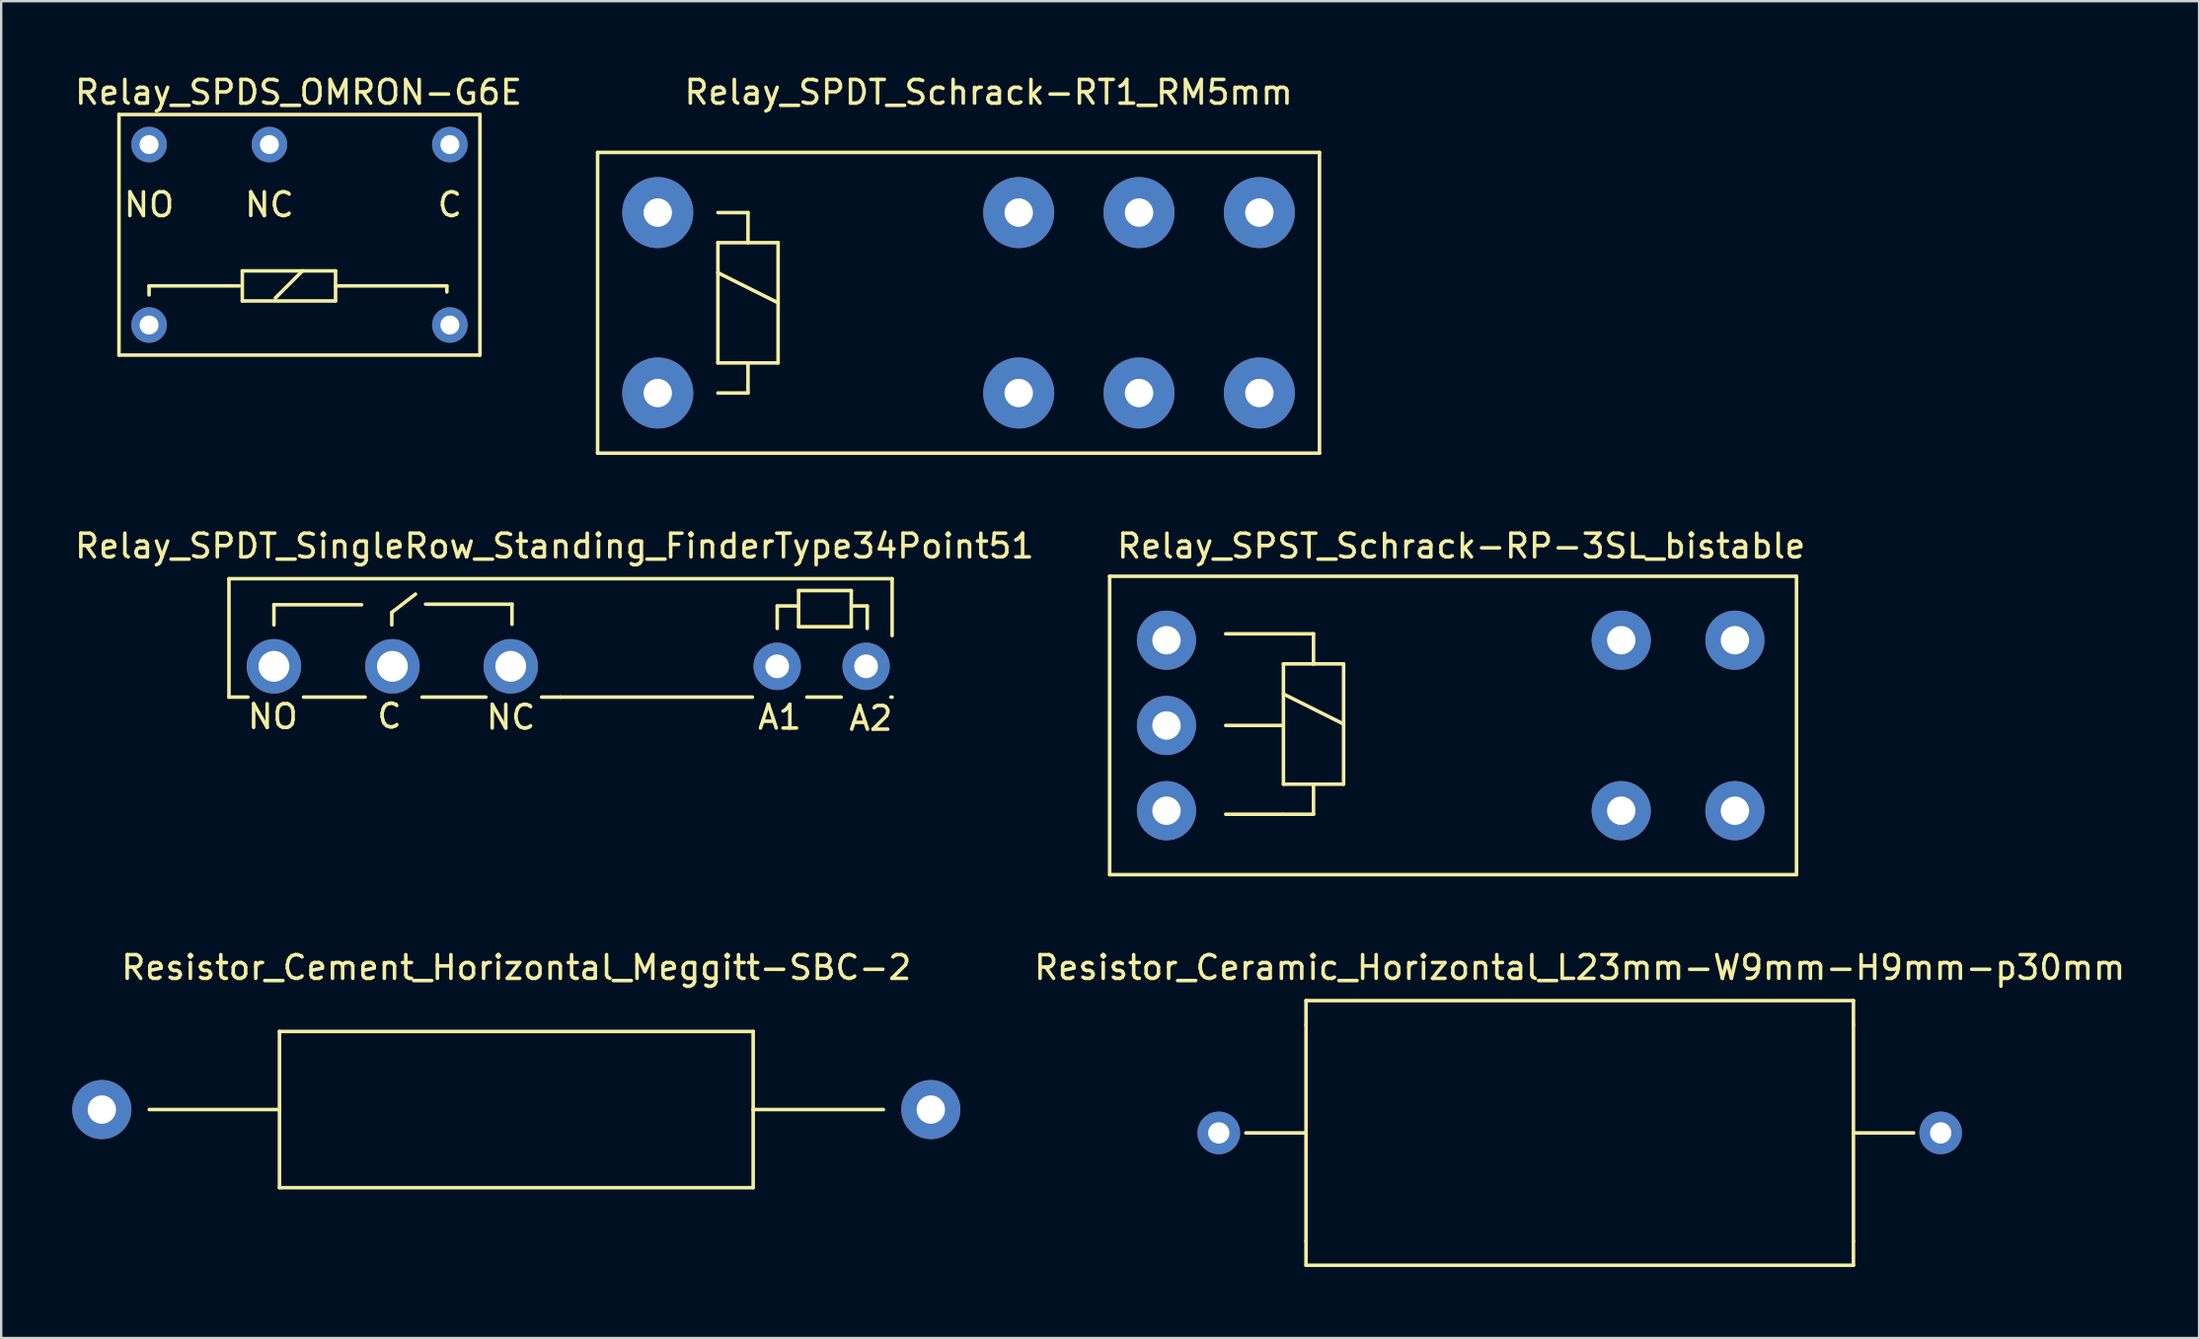
<source format=kicad_pcb>
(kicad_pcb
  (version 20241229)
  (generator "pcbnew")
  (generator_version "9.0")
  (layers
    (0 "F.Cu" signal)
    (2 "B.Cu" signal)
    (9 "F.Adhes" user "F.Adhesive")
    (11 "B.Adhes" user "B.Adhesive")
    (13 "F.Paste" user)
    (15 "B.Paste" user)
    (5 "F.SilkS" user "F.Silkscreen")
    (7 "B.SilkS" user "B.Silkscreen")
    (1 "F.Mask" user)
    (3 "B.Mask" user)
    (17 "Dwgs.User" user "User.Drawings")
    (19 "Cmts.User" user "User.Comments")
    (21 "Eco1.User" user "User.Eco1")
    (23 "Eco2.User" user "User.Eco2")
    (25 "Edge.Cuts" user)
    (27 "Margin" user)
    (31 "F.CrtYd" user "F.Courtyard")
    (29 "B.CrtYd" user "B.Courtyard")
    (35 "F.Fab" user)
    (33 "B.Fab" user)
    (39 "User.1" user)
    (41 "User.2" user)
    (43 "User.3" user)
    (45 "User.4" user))
  (footprint "Relay_SPDT_SingleRow_Standing_FinderType34Point51"
    (layer "F.Cu")
    (at 20.363 25.091)
    (property "Reference" "Relay_SPDT_SingleRow_Standing_FinderType34Point51" (at 0 -5.08 0) (layer "F.SilkS") (effects (font (size 1 1) (thickness 0.15))))
    (attr through_hole)
    (fp_line (start -13.746 -3.701) (end 14.254 -3.701) (stroke (width 0.15) (type solid)) (layer "F.SilkS"))
    (fp_line (start -13.746 1.3) (end -13.746 -3.701) (stroke (width 0.15) (type solid)) (layer "F.SilkS"))
    (fp_line (start -12.946 1.3) (end -13.746 1.3) (stroke (width 0.15) (type solid)) (layer "F.SilkS"))
    (fp_line (start -11.847 -2.601) (end -11.847 -1.75) (stroke (width 0.15) (type solid)) (layer "F.SilkS"))
    (fp_line (start -8.146 -2.601) (end -11.847 -2.601) (stroke (width 0.15) (type solid)) (layer "F.SilkS"))
    (fp_line (start -7.996 1.3) (end -10.597 1.3) (stroke (width 0.15) (type solid)) (layer "F.SilkS"))
    (fp_line (start -6.871 -2.276) (end -5.87 -3.051) (stroke (width 0.15) (type solid)) (layer "F.SilkS"))
    (fp_line (start -6.871 -1.75) (end -6.871 -2.276) (stroke (width 0.15) (type solid)) (layer "F.SilkS"))
    (fp_line (start -5.446 -2.624) (end -1.796 -2.624) (stroke (width 0.15) (type solid)) (layer "F.SilkS"))
    (fp_line (start -2.896 1.3) (end -5.596 1.3) (stroke (width 0.15) (type solid)) (layer "F.SilkS"))
    (fp_line (start -1.796 -2.624) (end -1.796 -1.775) (stroke (width 0.15) (type solid)) (layer "F.SilkS"))
    (fp_line (start 0.254 1.3) (end -0.546 1.3) (stroke (width 0.15) (type solid)) (layer "F.SilkS"))
    (fp_line (start 8.354 1.3) (end 0.254 1.3) (stroke (width 0.15) (type solid)) (layer "F.SilkS"))
    (fp_line (start 9.403 -2.55) (end 10.305 -2.55) (stroke (width 0.15) (type solid)) (layer "F.SilkS"))
    (fp_line (start 9.403 -1.6) (end 9.403 -2.55) (stroke (width 0.15) (type solid)) (layer "F.SilkS"))
    (fp_line (start 10.305 -3.2) (end 12.53 -3.2) (stroke (width 0.15) (type solid)) (layer "F.SilkS"))
    (fp_line (start 10.305 -2.55) (end 10.305 -3.2) (stroke (width 0.15) (type solid)) (layer "F.SilkS"))
    (fp_line (start 10.305 -1.674) (end 10.305 -2.601) (stroke (width 0.15) (type solid)) (layer "F.SilkS"))
    (fp_line (start 12.103 1.3) (end 10.653 1.3) (stroke (width 0.15) (type solid)) (layer "F.SilkS"))
    (fp_line (start 12.53 -3.2) (end 12.53 -1.674) (stroke (width 0.15) (type solid)) (layer "F.SilkS"))
    (fp_line (start 12.53 -1.674) (end 10.305 -1.674) (stroke (width 0.15) (type solid)) (layer "F.SilkS"))
    (fp_line (start 12.555 -2.55) (end 13.203 -2.55) (stroke (width 0.15) (type solid)) (layer "F.SilkS"))
    (fp_line (start 13.203 -2.55) (end 13.203 -1.6) (stroke (width 0.15) (type solid)) (layer "F.SilkS"))
    (fp_line (start 14.254 -3.701) (end 14.254 -1.3) (stroke (width 0.15) (type solid)) (layer "F.SilkS"))
    (fp_line (start 14.254 1.3) (end 14.204 1.3) (stroke (width 0.15) (type solid)) (layer "F.SilkS"))
    (fp_text user "NO" (at -11.895 2.123 0) (layer "F.SilkS") (effects (font (size 1 1) (thickness 0.15))))
    (fp_text user "NC" (at -1.844 2.149 0) (layer "F.SilkS") (effects (font (size 1 1) (thickness 0.15))))
    (fp_text user "C" (at -6.97 2.101 0) (layer "F.SilkS") (effects (font (size 1 1) (thickness 0.15))))
    (fp_text user "A2" (at 13.355 2.197 0) (layer "F.SilkS") (effects (font (size 1 1) (thickness 0.15))))
    (fp_text user "A1" (at 9.505 2.149 0) (layer "F.SilkS") (effects (font (size 1 1) (thickness 0.15))))
    (pad "11" thru_hole circle (at -6.845 0 180) (size 2.301 2.301) (drill 1.3) (layers "*.Cu" "*.Mask"))
    (pad "12" thru_hole circle (at -1.847 0 180) (size 2.301 2.301) (drill 1.3) (layers "*.Cu" "*.Mask"))
    (pad "14" thru_hole circle (at -11.847 0 180) (size 2.301 2.301) (drill 1.3) (layers "*.Cu" "*.Mask"))
    (pad "A1" thru_hole circle (at 9.403 0 180) (size 1.999 1.999) (drill 1.001) (layers "*.Cu" "*.Mask"))
    (pad "A2" thru_hole circle (at 13.155 0 180) (size 1.999 1.999) (drill 1.001) (layers "*.Cu" "*.Mask")))
  (footprint "Relay_SPST_Schrack-RP-3SL_bistable"
    (layer "F.Cu")
    (at 46.201 31.188)
    (property "Reference" "Relay_SPST_Schrack-RP-3SL_bistable" (at 12.446 -11.176 0) (layer "F.SilkS") (effects (font (size 1 1) (thickness 0.15))))
    (attr through_hole)
    (fp_line (start -2.4 -9.9) (end -2.4 2.7) (stroke (width 0.15) (type solid)) (layer "F.SilkS"))
    (fp_line (start -2.4 2.7) (end 26.6 2.7) (stroke (width 0.15) (type solid)) (layer "F.SilkS"))
    (fp_line (start 2.5 -7.47) (end 6.208 -7.47) (stroke (width 0.15) (type solid)) (layer "F.SilkS"))
    (fp_line (start 4.9 -3.6) (end 2.5 -3.6) (stroke (width 0.15) (type solid)) (layer "F.SilkS"))
    (fp_line (start 4.9 0.15) (end 2.5 0.15) (stroke (width 0.15) (type solid)) (layer "F.SilkS"))
    (fp_line (start 4.938 -6.2) (end 6.208 -6.2) (stroke (width 0.15) (type solid)) (layer "F.SilkS"))
    (fp_line (start 4.938 -4.93) (end 7.478 -3.66) (stroke (width 0.15) (type solid)) (layer "F.SilkS"))
    (fp_line (start 4.938 -1.12) (end 4.938 -6.2) (stroke (width 0.15) (type solid)) (layer "F.SilkS"))
    (fp_line (start 6.208 -7.47) (end 6.208 -6.2) (stroke (width 0.15) (type solid)) (layer "F.SilkS"))
    (fp_line (start 6.208 -6.2) (end 7.478 -6.2) (stroke (width 0.15) (type solid)) (layer "F.SilkS"))
    (fp_line (start 6.208 -1.12) (end 6.208 0.15) (stroke (width 0.15) (type solid)) (layer "F.SilkS"))
    (fp_line (start 6.208 0.15) (end 4.938 0.15) (stroke (width 0.15) (type solid)) (layer "F.SilkS"))
    (fp_line (start 7.478 -6.2) (end 7.478 -1.12) (stroke (width 0.15) (type solid)) (layer "F.SilkS"))
    (fp_line (start 7.478 -1.12) (end 4.938 -1.12) (stroke (width 0.15) (type solid)) (layer "F.SilkS"))
    (fp_line (start 26.6 -9.9) (end -2.4 -9.9) (stroke (width 0.15) (type solid)) (layer "F.SilkS"))
    (fp_line (start 26.6 2.7) (end 26.6 -9.9) (stroke (width 0.15) (type solid)) (layer "F.SilkS"))
    (pad "11" thru_hole circle (at 19.2 -7.2) (size 2.5 2.5) (drill 1.199) (layers "*.Cu" "*.Mask"))
    (pad "11" thru_hole circle (at 19.2 0) (size 2.5 2.5) (drill 1.199) (layers "*.Cu" "*.Mask"))
    (pad "14" thru_hole circle (at 24 -7.2) (size 2.5 2.5) (drill 1.199) (layers "*.Cu" "*.Mask"))
    (pad "14" thru_hole circle (at 24 0) (size 2.5 2.5) (drill 1.199) (layers "*.Cu" "*.Mask"))
    (pad "A1" thru_hole circle (at 0 0) (size 2.5 2.5) (drill 1.199) (layers "*.Cu" "*.Mask"))
    (pad "A2" thru_hole circle (at 0 -7.2) (size 2.5 2.5) (drill 1.199) (layers "*.Cu" "*.Mask"))
    (pad "A3" thru_hole circle (at 0 -3.6) (size 2.5 2.5) (drill 1.199) (layers "*.Cu" "*.Mask")))
  (footprint "Resistor_Ceramic_Horizontal_L23mm-W9mm-H9mm-p30mm"
    (layer "F.Cu")
    (at 63.649 44.796)
    (property "Reference" "Resistor_Ceramic_Horizontal_L23mm-W9mm-H9mm-p30mm" (at 0 -6.985 0) (layer "F.SilkS") (effects (font (size 1 1) (thickness 0.15))))
    (attr through_hole)
    (fp_line (start -11.557 -5.588) (end 11.557 -5.588) (stroke (width 0.15) (type solid)) (layer "F.SilkS"))
    (fp_line (start -11.557 -4.572) (end -11.557 -5.588) (stroke (width 0.15) (type solid)) (layer "F.SilkS"))
    (fp_line (start -11.557 -4.572) (end -11.557 4.572) (stroke (width 0.15) (type solid)) (layer "F.SilkS"))
    (fp_line (start -11.557 0) (end -14.097 0) (stroke (width 0.15) (type solid)) (layer "F.SilkS"))
    (fp_line (start -11.557 4.572) (end -11.557 5.588) (stroke (width 0.15) (type solid)) (layer "F.SilkS"))
    (fp_line (start -11.557 5.588) (end 11.557 5.588) (stroke (width 0.15) (type solid)) (layer "F.SilkS"))
    (fp_line (start 11.557 -5.588) (end 11.557 -4.572) (stroke (width 0.15) (type solid)) (layer "F.SilkS"))
    (fp_line (start 11.557 0) (end 14.097 0) (stroke (width 0.15) (type solid)) (layer "F.SilkS"))
    (fp_line (start 11.557 4.572) (end 11.557 -4.572) (stroke (width 0.15) (type solid)) (layer "F.SilkS"))
    (fp_line (start 11.557 5.588) (end 11.557 4.572) (stroke (width 0.15) (type solid)) (layer "F.SilkS"))
    (pad "1" thru_hole circle (at -15.24 0 180) (size 1.8 1.8) (drill 0.9) (layers "*.Cu" "*.Mask"))
    (pad "2" thru_hole circle (at 15.24 0 180) (size 1.8 1.8) (drill 0.9) (layers "*.Cu" "*.Mask")))
  (footprint "Relay_SPDS_OMRON-G6E"
    (layer "F.Cu")
    (at 3.244 10.676)
    (property "Reference" "Relay_SPDS_OMRON-G6E" (at 6.309 -9.827 0) (layer "F.SilkS") (effects (font (size 1 1) (thickness 0.15))))
    (attr through_hole)
    (fp_line (start -1.27 -8.89) (end -1.27 1.27) (stroke (width 0.15) (type solid)) (layer "F.SilkS"))
    (fp_line (start -1.27 1.27) (end 13.97 1.27) (stroke (width 0.15) (type solid)) (layer "F.SilkS"))
    (fp_line (start 0 -1.651) (end 0 -1.27) (stroke (width 0.15) (type solid)) (layer "F.SilkS"))
    (fp_line (start 3.81 -1.651) (end 0 -1.651) (stroke (width 0.15) (type solid)) (layer "F.SilkS"))
    (fp_line (start 3.937 -2.286) (end 7.874 -2.286) (stroke (width 0.15) (type solid)) (layer "F.SilkS"))
    (fp_line (start 3.937 -1.016) (end 3.937 -2.286) (stroke (width 0.15) (type solid)) (layer "F.SilkS"))
    (fp_line (start 5.334 -1.143) (end 6.477 -2.286) (stroke (width 0.15) (type solid)) (layer "F.SilkS"))
    (fp_line (start 7.874 -2.286) (end 7.874 -1.016) (stroke (width 0.15) (type solid)) (layer "F.SilkS"))
    (fp_line (start 7.874 -1.651) (end 12.573 -1.651) (stroke (width 0.15) (type solid)) (layer "F.SilkS"))
    (fp_line (start 7.874 -1.016) (end 3.937 -1.016) (stroke (width 0.15) (type solid)) (layer "F.SilkS"))
    (fp_line (start 12.573 -1.651) (end 12.573 -1.397) (stroke (width 0.15) (type solid)) (layer "F.SilkS"))
    (fp_line (start 13.97 -8.89) (end -1.27 -8.89) (stroke (width 0.15) (type solid)) (layer "F.SilkS"))
    (fp_line (start 13.97 1.27) (end 13.97 -8.89) (stroke (width 0.15) (type solid)) (layer "F.SilkS"))
    (fp_text user "NO" (at 0 -5.08 0) (layer "F.SilkS") (effects (font (size 1 1) (thickness 0.15))))
    (fp_text user "C" (at 12.7 -5.08 0) (layer "F.SilkS") (effects (font (size 1 1) (thickness 0.15))))
    (fp_text user "NC" (at 5.08 -5.08 0) (layer "F.SilkS") (effects (font (size 1 1) (thickness 0.15))))
    (pad "1" thru_hole circle (at 0 0) (size 1.501 1.501) (drill 0.8) (layers "*.Cu" "*.Mask"))
    (pad "6" thru_hole circle (at 12.7 0) (size 1.501 1.501) (drill 0.8) (layers "*.Cu" "*.Mask"))
    (pad "7" thru_hole circle (at 12.7 -7.62) (size 1.501 1.501) (drill 0.8) (layers "*.Cu" "*.Mask"))
    (pad "10" thru_hole circle (at 5.08 -7.62) (size 1.501 1.501) (drill 0.8) (layers "*.Cu" "*.Mask"))
    (pad "12" thru_hole circle (at 0 -7.62) (size 1.501 1.501) (drill 0.8) (layers "*.Cu" "*.Mask")))
  (footprint "Resistor_Cement_Horizontal_Meggitt-SBC-2"
    (layer "F.Cu")
    (at 18.75 43.81)
    (property "Reference" "Resistor_Cement_Horizontal_Meggitt-SBC-2" (at 0 -5.999 0) (layer "F.SilkS") (effects (font (size 1 1) (thickness 0.15))))
    (attr through_hole)
    (fp_line (start -10 -3.299) (end -10 3.299) (stroke (width 0.15) (type solid)) (layer "F.SilkS"))
    (fp_line (start -10 0) (end -15.499 0) (stroke (width 0.15) (type solid)) (layer "F.SilkS"))
    (fp_line (start -10 3.299) (end 10 3.299) (stroke (width 0.15) (type solid)) (layer "F.SilkS"))
    (fp_line (start 10 -3.299) (end -10 -3.299) (stroke (width 0.15) (type solid)) (layer "F.SilkS"))
    (fp_line (start 10 0) (end 10 -3.299) (stroke (width 0.15) (type solid)) (layer "F.SilkS"))
    (fp_line (start 10 0) (end 15.499 0) (stroke (width 0.15) (type solid)) (layer "F.SilkS"))
    (fp_line (start 10 3.299) (end 10 0) (stroke (width 0.15) (type solid)) (layer "F.SilkS"))
    (pad "1" thru_hole circle (at -17.501 0 180) (size 2.499 2.499) (drill 1.199) (layers "*.Cu" "*.Mask"))
    (pad "2" thru_hole circle (at 17.501 0 180) (size 2.499 2.499) (drill 1.199) (layers "*.Cu" "*.Mask")))
  (footprint "Relay_SPDT_Schrack-RT1_RM5mm"
    (layer "F.Cu")
    (at 24.722 13.548)
    (property "Reference" "Relay_SPDT_Schrack-RT1_RM5mm" (at 13.97 -12.7 0) (layer "F.SilkS") (effects (font (size 1 1) (thickness 0.15))))
    (attr through_hole)
    (fp_line (start -2.54 -10.16) (end 27.94 -10.16) (stroke (width 0.15) (type solid)) (layer "F.SilkS"))
    (fp_line (start -2.54 2.54) (end -2.54 -10.16) (stroke (width 0.15) (type solid)) (layer "F.SilkS"))
    (fp_line (start 2.54 -7.62) (end 3.81 -7.62) (stroke (width 0.15) (type solid)) (layer "F.SilkS"))
    (fp_line (start 2.54 -6.35) (end 3.81 -6.35) (stroke (width 0.15) (type solid)) (layer "F.SilkS"))
    (fp_line (start 2.54 -5.08) (end 5.08 -3.81) (stroke (width 0.15) (type solid)) (layer "F.SilkS"))
    (fp_line (start 2.54 -1.27) (end 2.54 -6.35) (stroke (width 0.15) (type solid)) (layer "F.SilkS"))
    (fp_line (start 3.81 -7.62) (end 3.81 -6.35) (stroke (width 0.15) (type solid)) (layer "F.SilkS"))
    (fp_line (start 3.81 -6.35) (end 5.08 -6.35) (stroke (width 0.15) (type solid)) (layer "F.SilkS"))
    (fp_line (start 3.81 -1.27) (end 3.81 0) (stroke (width 0.15) (type solid)) (layer "F.SilkS"))
    (fp_line (start 3.81 0) (end 2.54 0) (stroke (width 0.15) (type solid)) (layer "F.SilkS"))
    (fp_line (start 5.08 -6.35) (end 5.08 -1.27) (stroke (width 0.15) (type solid)) (layer "F.SilkS"))
    (fp_line (start 5.08 -1.27) (end 2.54 -1.27) (stroke (width 0.15) (type solid)) (layer "F.SilkS"))
    (fp_line (start 27.94 -10.16) (end 27.94 2.54) (stroke (width 0.15) (type solid)) (layer "F.SilkS"))
    (fp_line (start 27.94 2.54) (end -2.54 2.54) (stroke (width 0.15) (type solid)) (layer "F.SilkS"))
    (pad "11" thru_hole circle (at 20.32 -7.62) (size 3 3) (drill 1.199) (layers "*.Cu" "*.Mask"))
    (pad "11" thru_hole circle (at 20.32 0) (size 3 3) (drill 1.199) (layers "*.Cu" "*.Mask"))
    (pad "12" thru_hole circle (at 15.24 -7.62) (size 3 3) (drill 1.199) (layers "*.Cu" "*.Mask"))
    (pad "12" thru_hole circle (at 15.24 0) (size 3 3) (drill 1.199) (layers "*.Cu" "*.Mask"))
    (pad "14" thru_hole circle (at 25.4 -7.62) (size 3 3) (drill 1.199) (layers "*.Cu" "*.Mask"))
    (pad "14" thru_hole circle (at 25.4 0) (size 3 3) (drill 1.199) (layers "*.Cu" "*.Mask"))
    (pad "A1" thru_hole circle (at 0 -7.62) (size 3 3) (drill 1.199) (layers "*.Cu" "*.Mask"))
    (pad "A2" thru_hole circle (at 0 0) (size 3 3) (drill 1.199) (layers "*.Cu" "*.Mask")))
  (gr_rect
    (start -3 -3)
    (end 89.798 53.459)
    (stroke (width 0.1) (type default))
    (fill no)
    (layer "Edge.Cuts")))
</source>
